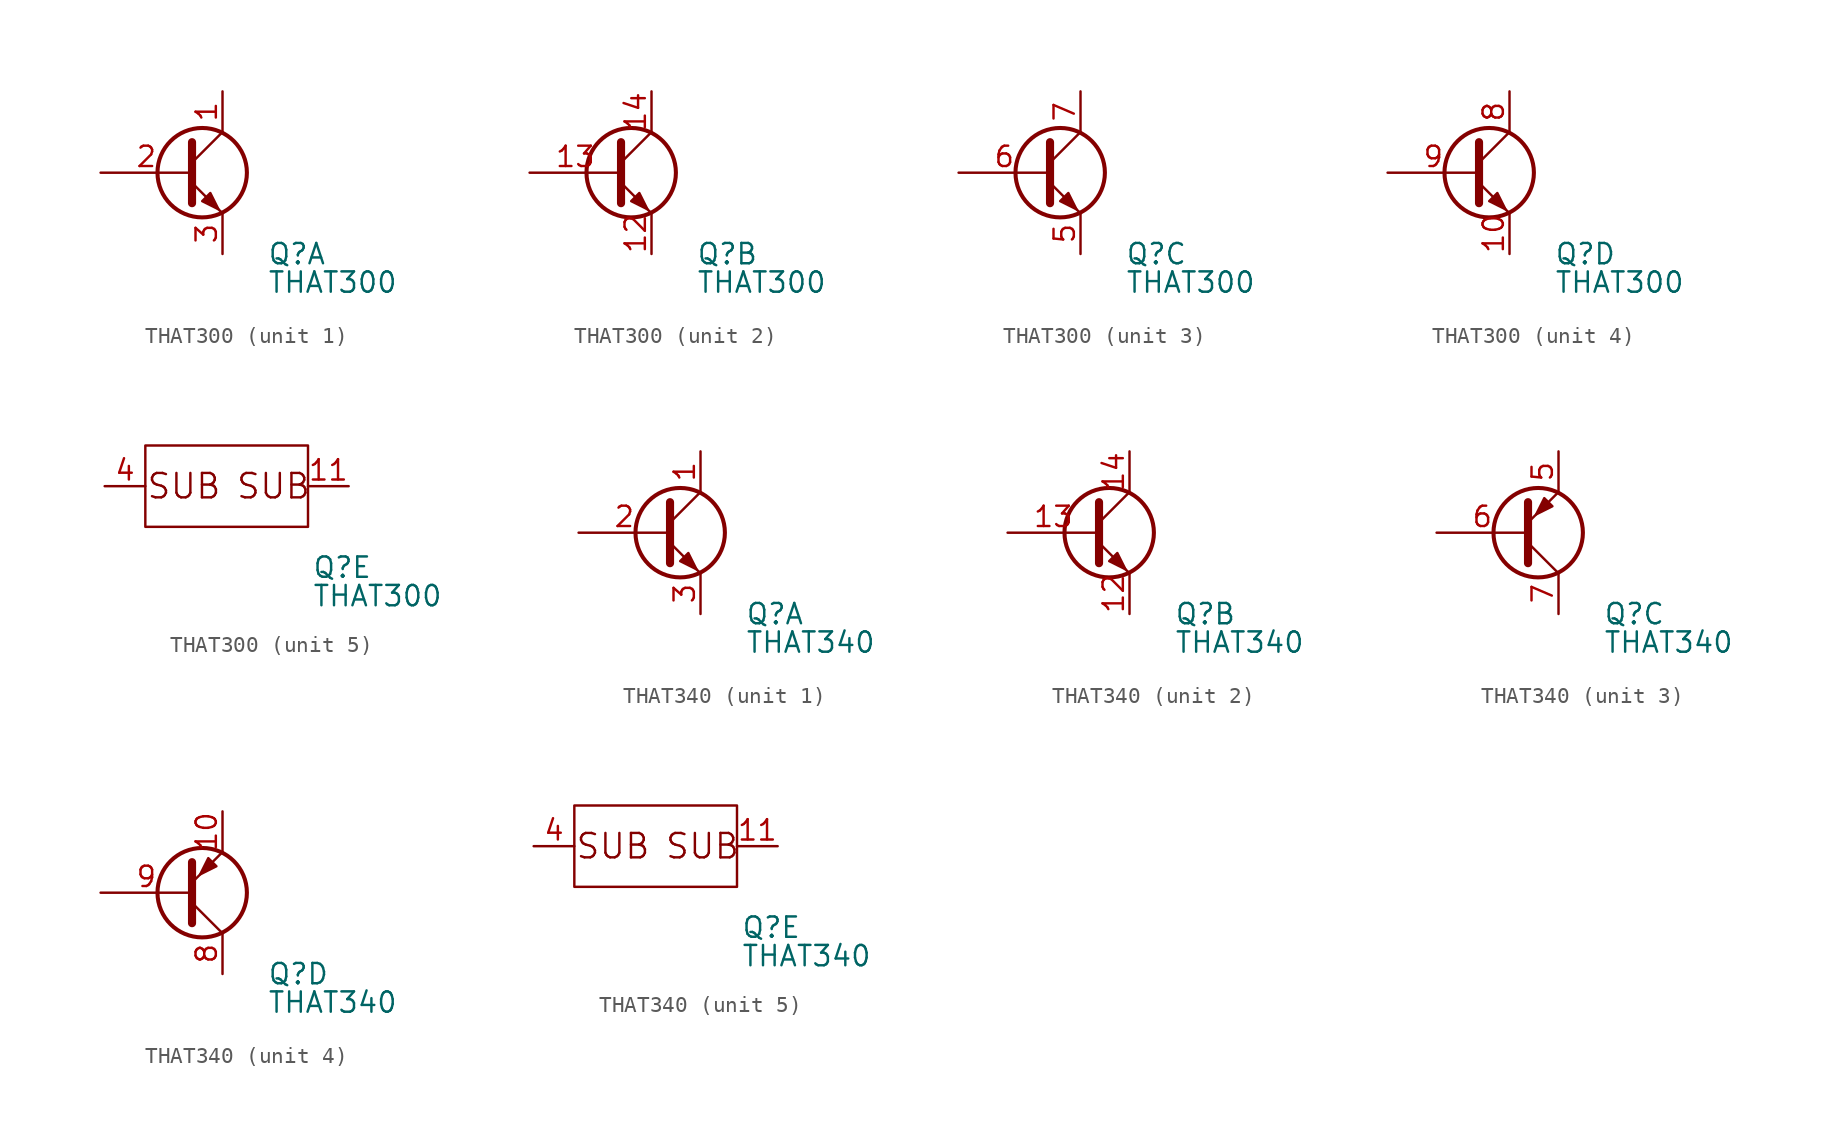
<source format=kicad_sym>
(kicad_symbol_lib
  (version 20211014)
  (generator kicad_symbol_editor)
  (symbol "THAT300"
    (pin_names
      (offset 0) hide)
    (property "Reference" "Q"
      (at 5.334 -5.08 0)
      (effects (font (size 1.27 1.27)) (justify left)))
    (property "Value" "THAT300"
      (at 5.334 -6.858 0)
      (effects (font (size 1.27 1.27)) (justify left)))
    (property "Footprint" ""
      (at 3.048 2.54 0)
      (effects (font (size 1.27 1.27))))
    (property "Datasheet" ""
      (at -2.032 0 0)
      (effects (font (size 1.27 1.27))))
    (property "ki_locked" ""
      (at 0 0 0)
      (effects (font (size 1.27 1.27))))
    (symbol "THAT300_1_0"
      (polyline (pts (xy 2.54 -2.54) (xy 0.635 -0.635)) (stroke (width 0) (type default) (color 0 0 0 0)) (fill (type none))))
    (symbol "THAT300_1_1"
      (polyline (pts (xy 2.54 2.54) (xy 0.635 0.635)) (stroke (width 0) (type default) (color 0 0 0 0)) (fill (type none)))
      (polyline (pts (xy 0.635 1.905) (xy 0.635 -1.905) (xy 0.635 -1.905)) (stroke (width 0.508) (type default) (color 0 0 0 0)) (fill (type none)))
      (polyline (pts (xy 1.27 -1.778) (xy 1.778 -1.27) (xy 2.286 -2.286) (xy 1.27 -1.778)) (stroke (width 0) (type default) (color 0 0 0 0)) (fill (type outline)))
      (circle (center 1.27 0) (radius 2.794) (stroke (width 0.254) (type default) (color 0 0 0 0)) (fill (type none)))
      (pin passive line (at 2.54 5.08 270) (length 2.54) (name "C" (effects (font (size 1.27 1.27)))) (number "1" (effects (font (size 1.27 1.27)))))
      (pin input line (at -5.08 0 0) (length 5.715) (name "B" (effects (font (size 1.27 1.27)))) (number "2" (effects (font (size 1.27 1.27)))))
      (pin passive line (at 2.54 -5.08 90) (length 2.54) (name "E" (effects (font (size 1.27 1.27)))) (number "3" (effects (font (size 1.27 1.27))))))
    (symbol "THAT300_2_0"
      (polyline (pts (xy 2.54 -2.54) (xy 0.635 -0.635)) (stroke (width 0) (type default) (color 0 0 0 0)) (fill (type none))))
    (symbol "THAT300_2_1"
      (polyline (pts (xy 2.54 2.54) (xy 0.635 0.635)) (stroke (width 0) (type default) (color 0 0 0 0)) (fill (type none)))
      (polyline (pts (xy 0.635 1.905) (xy 0.635 -1.905) (xy 0.635 -1.905)) (stroke (width 0.508) (type default) (color 0 0 0 0)) (fill (type none)))
      (polyline (pts (xy 1.27 -1.778) (xy 1.778 -1.27) (xy 2.286 -2.286) (xy 1.27 -1.778)) (stroke (width 0) (type default) (color 0 0 0 0)) (fill (type outline)))
      (circle (center 1.27 0) (radius 2.794) (stroke (width 0.254) (type default) (color 0 0 0 0)) (fill (type none)))
      (pin passive line (at 2.54 -5.08 90) (length 2.54) (name "E" (effects (font (size 1.27 1.27)))) (number "12" (effects (font (size 1.27 1.27)))))
      (pin input line (at -5.08 0 0) (length 5.715) (name "B" (effects (font (size 1.27 1.27)))) (number "13" (effects (font (size 1.27 1.27)))))
      (pin passive line (at 2.54 5.08 270) (length 2.54) (name "C" (effects (font (size 1.27 1.27)))) (number "14" (effects (font (size 1.27 1.27))))))
    (symbol "THAT300_3_0"
      (polyline (pts (xy 2.54 -2.54) (xy 0.635 -0.635)) (stroke (width 0) (type default) (color 0 0 0 0)) (fill (type none))))
    (symbol "THAT300_3_1"
      (polyline (pts (xy 2.54 2.54) (xy 0.635 0.635)) (stroke (width 0) (type default) (color 0 0 0 0)) (fill (type none)))
      (polyline (pts (xy 0.635 1.905) (xy 0.635 -1.905) (xy 0.635 -1.905)) (stroke (width 0.508) (type default) (color 0 0 0 0)) (fill (type none)))
      (polyline (pts (xy 1.27 -1.778) (xy 1.778 -1.27) (xy 2.286 -2.286) (xy 1.27 -1.778)) (stroke (width 0) (type default) (color 0 0 0 0)) (fill (type outline)))
      (circle (center 1.27 0) (radius 2.794) (stroke (width 0.254) (type default) (color 0 0 0 0)) (fill (type none)))
      (pin passive line (at 2.54 -5.08 90) (length 2.54) (name "E" (effects (font (size 1.27 1.27)))) (number "5" (effects (font (size 1.27 1.27)))))
      (pin input line (at -5.08 0 0) (length 5.715) (name "B" (effects (font (size 1.27 1.27)))) (number "6" (effects (font (size 1.27 1.27)))))
      (pin passive line (at 2.54 5.08 270) (length 2.54) (name "C" (effects (font (size 1.27 1.27)))) (number "7" (effects (font (size 1.27 1.27))))))
    (symbol "THAT300_4_0"
      (polyline (pts (xy 2.54 -2.54) (xy 0.635 -0.635)) (stroke (width 0) (type default) (color 0 0 0 0)) (fill (type none))))
    (symbol "THAT300_4_1"
      (polyline (pts (xy 2.54 2.54) (xy 0.635 0.635)) (stroke (width 0) (type default) (color 0 0 0 0)) (fill (type none)))
      (polyline (pts (xy 0.635 1.905) (xy 0.635 -1.905) (xy 0.635 -1.905)) (stroke (width 0.508) (type default) (color 0 0 0 0)) (fill (type none)))
      (polyline (pts (xy 1.27 -1.778) (xy 1.778 -1.27) (xy 2.286 -2.286) (xy 1.27 -1.778)) (stroke (width 0) (type default) (color 0 0 0 0)) (fill (type outline)))
      (circle (center 1.27 0) (radius 2.794) (stroke (width 0.254) (type default) (color 0 0 0 0)) (fill (type none)))
      (pin passive line (at 2.54 -5.08 90) (length 2.54) (name "E" (effects (font (size 1.27 1.27)))) (number "10" (effects (font (size 1.27 1.27)))))
      (pin input line (at 2.54 5.08 270) (length 2.54) (name "~" (effects (font (size 1.27 1.27)))) (number "8" (effects (font (size 1.27 1.27)))))
      (pin input line (at -5.08 0 0) (length 5.715) (name "B" (effects (font (size 1.27 1.27)))) (number "9" (effects (font (size 1.27 1.27))))))
    (symbol "THAT300_5_0"
      (text "SUB" (at -2.667 0 0) (effects (font (size 1.524 1.524))))
      (text "SUB" (at 2.921 0 0) (effects (font (size 1.524 1.524)))))
    (symbol "THAT300_5_1"
      (rectangle (start -5.08 2.54) (end 5.08 -2.54) (stroke (width 0) (type default) (color 0 0 0 0)) (fill (type none)))
      (pin passive line (at 7.62 0 180) (length 2.54) (name "E" (effects (font (size 1.27 1.27)))) (number "11" (effects (font (size 1.27 1.27)))))
      (pin input line (at -7.62 0 0) (length 2.54) (name "B" (effects (font (size 1.27 1.27)))) (number "4" (effects (font (size 1.27 1.27)))))))
  (symbol "THAT340"
    (pin_names
      (offset 0) hide)
    (property "Reference" "Q"
      (at 5.334 -5.08 0)
      (effects (font (size 1.27 1.27)) (justify left)))
    (property "Value" "THAT340"
      (at 5.334 -6.858 0)
      (effects (font (size 1.27 1.27)) (justify left)))
    (property "Footprint" ""
      (at 3.048 2.54 0)
      (effects (font (size 1.27 1.27))))
    (property "Datasheet" ""
      (at -2.032 0 0)
      (effects (font (size 1.27 1.27))))
    (property "ki_locked" ""
      (at 0 0 0)
      (effects (font (size 1.27 1.27))))
    (symbol "THAT340_1_0"
      (polyline (pts (xy 2.54 -2.54) (xy 0.635 -0.635)) (stroke (width 0) (type default) (color 0 0 0 0)) (fill (type none))))
    (symbol "THAT340_1_1"
      (polyline (pts (xy 2.54 2.54) (xy 0.635 0.635)) (stroke (width 0) (type default) (color 0 0 0 0)) (fill (type none)))
      (polyline (pts (xy 0.635 1.905) (xy 0.635 -1.905) (xy 0.635 -1.905)) (stroke (width 0.508) (type default) (color 0 0 0 0)) (fill (type none)))
      (polyline (pts (xy 1.27 -1.778) (xy 1.778 -1.27) (xy 2.286 -2.286) (xy 1.27 -1.778)) (stroke (width 0) (type default) (color 0 0 0 0)) (fill (type outline)))
      (circle (center 1.27 0) (radius 2.794) (stroke (width 0.254) (type default) (color 0 0 0 0)) (fill (type none)))
      (pin passive line (at 2.54 5.08 270) (length 2.54) (name "C" (effects (font (size 1.27 1.27)))) (number "1" (effects (font (size 1.27 1.27)))))
      (pin input line (at -5.08 0 0) (length 5.715) (name "B" (effects (font (size 1.27 1.27)))) (number "2" (effects (font (size 1.27 1.27)))))
      (pin passive line (at 2.54 -5.08 90) (length 2.54) (name "E" (effects (font (size 1.27 1.27)))) (number "3" (effects (font (size 1.27 1.27))))))
    (symbol "THAT340_2_0"
      (polyline (pts (xy 2.54 -2.54) (xy 0.635 -0.635)) (stroke (width 0) (type default) (color 0 0 0 0)) (fill (type none))))
    (symbol "THAT340_2_1"
      (polyline (pts (xy 2.54 2.54) (xy 0.635 0.635)) (stroke (width 0) (type default) (color 0 0 0 0)) (fill (type none)))
      (polyline (pts (xy 0.635 1.905) (xy 0.635 -1.905) (xy 0.635 -1.905)) (stroke (width 0.508) (type default) (color 0 0 0 0)) (fill (type none)))
      (polyline (pts (xy 1.27 -1.778) (xy 1.778 -1.27) (xy 2.286 -2.286) (xy 1.27 -1.778)) (stroke (width 0) (type default) (color 0 0 0 0)) (fill (type outline)))
      (circle (center 1.27 0) (radius 2.794) (stroke (width 0.254) (type default) (color 0 0 0 0)) (fill (type none)))
      (pin passive line (at 2.54 -5.08 90) (length 2.54) (name "E" (effects (font (size 1.27 1.27)))) (number "12" (effects (font (size 1.27 1.27)))))
      (pin input line (at -5.08 0 0) (length 5.715) (name "B" (effects (font (size 1.27 1.27)))) (number "13" (effects (font (size 1.27 1.27)))))
      (pin passive line (at 2.54 5.08 270) (length 2.54) (name "C" (effects (font (size 1.27 1.27)))) (number "14" (effects (font (size 1.27 1.27))))))
    (symbol "THAT340_3_0"
      (polyline (pts (xy 2.54 -2.54) (xy 0.635 -0.635)) (stroke (width 0) (type default) (color 0 0 0 0)) (fill (type none))))
    (symbol "THAT340_3_1"
      (polyline (pts (xy 2.54 2.54) (xy 0.635 0.635)) (stroke (width 0) (type default) (color 0 0 0 0)) (fill (type none)))
      (polyline (pts (xy 0.635 1.905) (xy 0.635 -1.905) (xy 0.635 -1.905)) (stroke (width 0.508) (type default) (color 0 0 0 0)) (fill (type none)))
      (polyline (pts (xy 2.159 1.651) (xy 1.651 2.159) (xy 1.143 1.143) (xy 2.159 1.651)) (stroke (width 0) (type default) (color 0 0 0 0)) (fill (type outline)))
      (circle (center 1.27 0) (radius 2.794) (stroke (width 0.254) (type default) (color 0 0 0 0)) (fill (type none)))
      (pin passive line (at 2.54 5.08 270) (length 2.54) (name "C" (effects (font (size 1.27 1.27)))) (number "5" (effects (font (size 1.27 1.27)))))
      (pin input line (at -5.08 0 0) (length 5.715) (name "B" (effects (font (size 1.27 1.27)))) (number "6" (effects (font (size 1.27 1.27)))))
      (pin passive line (at 2.54 -5.08 90) (length 2.54) (name "E" (effects (font (size 1.27 1.27)))) (number "7" (effects (font (size 1.27 1.27))))))
    (symbol "THAT340_4_0"
      (polyline (pts (xy 2.54 -2.54) (xy 0.635 -0.635)) (stroke (width 0) (type default) (color 0 0 0 0)) (fill (type none))))
    (symbol "THAT340_4_1"
      (polyline (pts (xy 2.54 2.54) (xy 0.635 0.635)) (stroke (width 0) (type default) (color 0 0 0 0)) (fill (type none)))
      (polyline (pts (xy 0.635 1.905) (xy 0.635 -1.905) (xy 0.635 -1.905)) (stroke (width 0.508) (type default) (color 0 0 0 0)) (fill (type none)))
      (polyline (pts (xy 2.159 1.651) (xy 1.651 2.159) (xy 1.143 1.143) (xy 2.159 1.651)) (stroke (width 0) (type default) (color 0 0 0 0)) (fill (type outline)))
      (circle (center 1.27 0) (radius 2.794) (stroke (width 0.254) (type default) (color 0 0 0 0)) (fill (type none)))
      (pin input line (at 2.54 5.08 270) (length 2.54) (name "~" (effects (font (size 1.27 1.27)))) (number "10" (effects (font (size 1.27 1.27)))))
      (pin passive line (at 2.54 -5.08 90) (length 2.54) (name "E" (effects (font (size 1.27 1.27)))) (number "8" (effects (font (size 1.27 1.27)))))
      (pin input line (at -5.08 0 0) (length 5.715) (name "B" (effects (font (size 1.27 1.27)))) (number "9" (effects (font (size 1.27 1.27))))))
    (symbol "THAT340_5_0"
      (text "SUB" (at -2.667 0 0) (effects (font (size 1.524 1.524))))
      (text "SUB" (at 2.921 0 0) (effects (font (size 1.524 1.524)))))
    (symbol "THAT340_5_1"
      (rectangle (start -5.08 2.54) (end 5.08 -2.54) (stroke (width 0) (type default) (color 0 0 0 0)) (fill (type none)))
      (pin passive line (at 7.62 0 180) (length 2.54) (name "E" (effects (font (size 1.27 1.27)))) (number "11" (effects (font (size 1.27 1.27)))))
      (pin input line (at -7.62 0 0) (length 2.54) (name "B" (effects (font (size 1.27 1.27)))) (number "4" (effects (font (size 1.27 1.27))))))))
</source>
